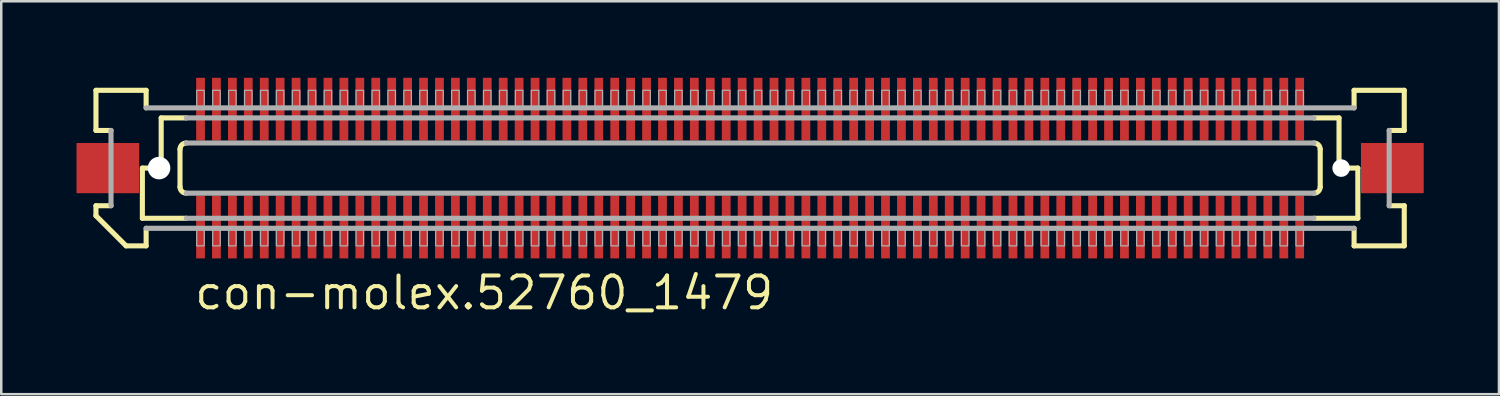
<source format=kicad_pcb>
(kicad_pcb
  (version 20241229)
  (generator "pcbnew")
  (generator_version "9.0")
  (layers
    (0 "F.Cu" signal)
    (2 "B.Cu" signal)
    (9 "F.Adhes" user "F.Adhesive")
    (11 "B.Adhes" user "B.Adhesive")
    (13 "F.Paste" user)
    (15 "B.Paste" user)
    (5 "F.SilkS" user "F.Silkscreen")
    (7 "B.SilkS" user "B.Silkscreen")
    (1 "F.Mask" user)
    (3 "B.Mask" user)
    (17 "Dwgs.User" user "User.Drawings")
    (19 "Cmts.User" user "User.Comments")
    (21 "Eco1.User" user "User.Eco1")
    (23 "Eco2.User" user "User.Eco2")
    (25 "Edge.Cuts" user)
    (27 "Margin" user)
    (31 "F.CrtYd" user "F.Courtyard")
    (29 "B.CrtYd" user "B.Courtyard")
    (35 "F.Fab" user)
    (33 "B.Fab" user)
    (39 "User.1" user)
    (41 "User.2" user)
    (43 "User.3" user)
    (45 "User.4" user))
  (footprint "con-molex.52760_1479"
    (layer "F.Cu")
    (at 26.85 3.65)
    (property "Reference" "con-molex.52760_1479" (at -22.225 5.715 0) (layer "F.SilkS") (effects (font (size 1.27 1.27) (thickness 0.16)) (justify left bottom)))
    (attr smd)
    (fp_rect (start -22.108 -1.075) (end -21.707 -3.625) (stroke (width 0.05) (type default)) (fill yes) (layer "F.Mask"))
    (fp_rect (start -22.108 3.625) (end -21.707 1.075) (stroke (width 0.05) (type default)) (fill yes) (layer "F.Mask"))
    (fp_rect (start -21.473 -1.075) (end -21.073 -3.625) (stroke (width 0.05) (type default)) (fill yes) (layer "F.Mask"))
    (fp_rect (start -21.473 3.625) (end -21.073 1.075) (stroke (width 0.05) (type default)) (fill yes) (layer "F.Mask"))
    (fp_rect (start -20.837 -1.075) (end -20.438 -3.625) (stroke (width 0.05) (type default)) (fill yes) (layer "F.Mask"))
    (fp_rect (start -20.837 3.625) (end -20.438 1.075) (stroke (width 0.05) (type default)) (fill yes) (layer "F.Mask"))
    (fp_rect (start -20.203 -1.075) (end -19.802 -3.625) (stroke (width 0.05) (type default)) (fill yes) (layer "F.Mask"))
    (fp_rect (start -20.203 3.625) (end -19.802 1.075) (stroke (width 0.05) (type default)) (fill yes) (layer "F.Mask"))
    (fp_rect (start -19.567 -1.075) (end -19.168 -3.625) (stroke (width 0.05) (type default)) (fill yes) (layer "F.Mask"))
    (fp_rect (start -19.567 3.625) (end -19.168 1.075) (stroke (width 0.05) (type default)) (fill yes) (layer "F.Mask"))
    (fp_rect (start -18.933 -1.075) (end -18.532 -3.625) (stroke (width 0.05) (type default)) (fill yes) (layer "F.Mask"))
    (fp_rect (start -18.933 3.625) (end -18.532 1.075) (stroke (width 0.05) (type default)) (fill yes) (layer "F.Mask"))
    (fp_rect (start -18.297 -1.075) (end -17.898 -3.625) (stroke (width 0.05) (type default)) (fill yes) (layer "F.Mask"))
    (fp_rect (start -18.297 3.625) (end -17.898 1.075) (stroke (width 0.05) (type default)) (fill yes) (layer "F.Mask"))
    (fp_rect (start -17.663 -1.075) (end -17.262 -3.625) (stroke (width 0.05) (type default)) (fill yes) (layer "F.Mask"))
    (fp_rect (start -17.663 3.625) (end -17.262 1.075) (stroke (width 0.05) (type default)) (fill yes) (layer "F.Mask"))
    (fp_rect (start -17.027 -1.075) (end -16.628 -3.625) (stroke (width 0.05) (type default)) (fill yes) (layer "F.Mask"))
    (fp_rect (start -17.027 3.625) (end -16.628 1.075) (stroke (width 0.05) (type default)) (fill yes) (layer "F.Mask"))
    (fp_rect (start -16.392 -1.075) (end -15.992 -3.625) (stroke (width 0.05) (type default)) (fill yes) (layer "F.Mask"))
    (fp_rect (start -16.392 3.625) (end -15.992 1.075) (stroke (width 0.05) (type default)) (fill yes) (layer "F.Mask"))
    (fp_rect (start -15.758 -1.075) (end -15.357 -3.625) (stroke (width 0.05) (type default)) (fill yes) (layer "F.Mask"))
    (fp_rect (start -15.758 3.625) (end -15.357 1.075) (stroke (width 0.05) (type default)) (fill yes) (layer "F.Mask"))
    (fp_rect (start -15.123 -1.075) (end -14.723 -3.625) (stroke (width 0.05) (type default)) (fill yes) (layer "F.Mask"))
    (fp_rect (start -15.123 3.625) (end -14.723 1.075) (stroke (width 0.05) (type default)) (fill yes) (layer "F.Mask"))
    (fp_rect (start -14.488 -1.075) (end -14.088 -3.625) (stroke (width 0.05) (type default)) (fill yes) (layer "F.Mask"))
    (fp_rect (start -14.488 3.625) (end -14.088 1.075) (stroke (width 0.05) (type default)) (fill yes) (layer "F.Mask"))
    (fp_rect (start -13.852 -1.075) (end -13.453 -3.625) (stroke (width 0.05) (type default)) (fill yes) (layer "F.Mask"))
    (fp_rect (start -13.852 3.625) (end -13.453 1.075) (stroke (width 0.05) (type default)) (fill yes) (layer "F.Mask"))
    (fp_rect (start -13.217 -1.075) (end -12.818 -3.625) (stroke (width 0.05) (type default)) (fill yes) (layer "F.Mask"))
    (fp_rect (start -13.217 3.625) (end -12.818 1.075) (stroke (width 0.05) (type default)) (fill yes) (layer "F.Mask"))
    (fp_rect (start -12.582 -1.075) (end -12.182 -3.625) (stroke (width 0.05) (type default)) (fill yes) (layer "F.Mask"))
    (fp_rect (start -12.582 3.625) (end -12.182 1.075) (stroke (width 0.05) (type default)) (fill yes) (layer "F.Mask"))
    (fp_rect (start -11.947 -1.075) (end -11.547 -3.625) (stroke (width 0.05) (type default)) (fill yes) (layer "F.Mask"))
    (fp_rect (start -11.947 3.625) (end -11.547 1.075) (stroke (width 0.05) (type default)) (fill yes) (layer "F.Mask"))
    (fp_rect (start -11.312 -1.075) (end -10.912 -3.625) (stroke (width 0.05) (type default)) (fill yes) (layer "F.Mask"))
    (fp_rect (start -11.312 3.625) (end -10.912 1.075) (stroke (width 0.05) (type default)) (fill yes) (layer "F.Mask"))
    (fp_rect (start -10.678 -1.075) (end -10.277 -3.625) (stroke (width 0.05) (type default)) (fill yes) (layer "F.Mask"))
    (fp_rect (start -10.678 3.625) (end -10.277 1.075) (stroke (width 0.05) (type default)) (fill yes) (layer "F.Mask"))
    (fp_rect (start -10.043 -1.075) (end -9.643 -3.625) (stroke (width 0.05) (type default)) (fill yes) (layer "F.Mask"))
    (fp_rect (start -10.043 3.625) (end -9.643 1.075) (stroke (width 0.05) (type default)) (fill yes) (layer "F.Mask"))
    (fp_rect (start -9.408 -1.075) (end -9.008 -3.625) (stroke (width 0.05) (type default)) (fill yes) (layer "F.Mask"))
    (fp_rect (start -9.408 3.625) (end -9.008 1.075) (stroke (width 0.05) (type default)) (fill yes) (layer "F.Mask"))
    (fp_rect (start -8.773 -1.075) (end -8.373 -3.625) (stroke (width 0.05) (type default)) (fill yes) (layer "F.Mask"))
    (fp_rect (start -8.773 3.625) (end -8.373 1.075) (stroke (width 0.05) (type default)) (fill yes) (layer "F.Mask"))
    (fp_rect (start -8.137 -1.075) (end -7.737 -3.625) (stroke (width 0.05) (type default)) (fill yes) (layer "F.Mask"))
    (fp_rect (start -8.137 3.625) (end -7.737 1.075) (stroke (width 0.05) (type default)) (fill yes) (layer "F.Mask"))
    (fp_rect (start -7.503 -1.075) (end -7.103 -3.625) (stroke (width 0.05) (type default)) (fill yes) (layer "F.Mask"))
    (fp_rect (start -7.503 3.625) (end -7.103 1.075) (stroke (width 0.05) (type default)) (fill yes) (layer "F.Mask"))
    (fp_rect (start -6.867 -1.075) (end -6.468 -3.625) (stroke (width 0.05) (type default)) (fill yes) (layer "F.Mask"))
    (fp_rect (start -6.867 3.625) (end -6.468 1.075) (stroke (width 0.05) (type default)) (fill yes) (layer "F.Mask"))
    (fp_rect (start -6.232 -1.075) (end -5.832 -3.625) (stroke (width 0.05) (type default)) (fill yes) (layer "F.Mask"))
    (fp_rect (start -6.232 3.625) (end -5.832 1.075) (stroke (width 0.05) (type default)) (fill yes) (layer "F.Mask"))
    (fp_rect (start -5.598 -1.075) (end -5.197 -3.625) (stroke (width 0.05) (type default)) (fill yes) (layer "F.Mask"))
    (fp_rect (start -5.598 3.625) (end -5.197 1.075) (stroke (width 0.05) (type default)) (fill yes) (layer "F.Mask"))
    (fp_rect (start -4.963 -1.075) (end -4.562 -3.625) (stroke (width 0.05) (type default)) (fill yes) (layer "F.Mask"))
    (fp_rect (start -4.963 3.625) (end -4.562 1.075) (stroke (width 0.05) (type default)) (fill yes) (layer "F.Mask"))
    (fp_rect (start -4.327 -1.075) (end -3.928 -3.625) (stroke (width 0.05) (type default)) (fill yes) (layer "F.Mask"))
    (fp_rect (start -4.327 3.625) (end -3.928 1.075) (stroke (width 0.05) (type default)) (fill yes) (layer "F.Mask"))
    (fp_rect (start -3.692 -1.075) (end -3.292 -3.625) (stroke (width 0.05) (type default)) (fill yes) (layer "F.Mask"))
    (fp_rect (start -3.692 3.625) (end -3.292 1.075) (stroke (width 0.05) (type default)) (fill yes) (layer "F.Mask"))
    (fp_rect (start -3.058 -1.075) (end -2.658 -3.625) (stroke (width 0.05) (type default)) (fill yes) (layer "F.Mask"))
    (fp_rect (start -3.058 3.625) (end -2.658 1.075) (stroke (width 0.05) (type default)) (fill yes) (layer "F.Mask"))
    (fp_rect (start -2.422 -1.075) (end -2.022 -3.625) (stroke (width 0.05) (type default)) (fill yes) (layer "F.Mask"))
    (fp_rect (start -2.422 3.625) (end -2.022 1.075) (stroke (width 0.05) (type default)) (fill yes) (layer "F.Mask"))
    (fp_rect (start -1.788 -1.075) (end -1.387 -3.625) (stroke (width 0.05) (type default)) (fill yes) (layer "F.Mask"))
    (fp_rect (start -1.788 3.625) (end -1.387 1.075) (stroke (width 0.05) (type default)) (fill yes) (layer "F.Mask"))
    (fp_rect (start -1.153 -1.075) (end -0.752 -3.625) (stroke (width 0.05) (type default)) (fill yes) (layer "F.Mask"))
    (fp_rect (start -1.153 3.625) (end -0.752 1.075) (stroke (width 0.05) (type default)) (fill yes) (layer "F.Mask"))
    (fp_rect (start -0.517 -1.075) (end -0.117 -3.625) (stroke (width 0.05) (type default)) (fill yes) (layer "F.Mask"))
    (fp_rect (start -0.517 3.625) (end -0.117 1.075) (stroke (width 0.05) (type default)) (fill yes) (layer "F.Mask"))
    (fp_rect (start 0.117 -1.075) (end 0.517 -3.625) (stroke (width 0.05) (type default)) (fill yes) (layer "F.Mask"))
    (fp_rect (start 0.117 3.625) (end 0.517 1.075) (stroke (width 0.05) (type default)) (fill yes) (layer "F.Mask"))
    (fp_rect (start 0.752 -1.075) (end 1.153 -3.625) (stroke (width 0.05) (type default)) (fill yes) (layer "F.Mask"))
    (fp_rect (start 0.752 3.625) (end 1.153 1.075) (stroke (width 0.05) (type default)) (fill yes) (layer "F.Mask"))
    (fp_rect (start 1.387 -1.075) (end 1.788 -3.625) (stroke (width 0.05) (type default)) (fill yes) (layer "F.Mask"))
    (fp_rect (start 1.387 3.625) (end 1.788 1.075) (stroke (width 0.05) (type default)) (fill yes) (layer "F.Mask"))
    (fp_rect (start 2.022 -1.075) (end 2.422 -3.625) (stroke (width 0.05) (type default)) (fill yes) (layer "F.Mask"))
    (fp_rect (start 2.022 3.625) (end 2.422 1.075) (stroke (width 0.05) (type default)) (fill yes) (layer "F.Mask"))
    (fp_rect (start 2.658 -1.075) (end 3.058 -3.625) (stroke (width 0.05) (type default)) (fill yes) (layer "F.Mask"))
    (fp_rect (start 2.658 3.625) (end 3.058 1.075) (stroke (width 0.05) (type default)) (fill yes) (layer "F.Mask"))
    (fp_rect (start 3.292 -1.075) (end 3.692 -3.625) (stroke (width 0.05) (type default)) (fill yes) (layer "F.Mask"))
    (fp_rect (start 3.292 3.625) (end 3.692 1.075) (stroke (width 0.05) (type default)) (fill yes) (layer "F.Mask"))
    (fp_rect (start 3.928 -1.075) (end 4.327 -3.625) (stroke (width 0.05) (type default)) (fill yes) (layer "F.Mask"))
    (fp_rect (start 3.928 3.625) (end 4.327 1.075) (stroke (width 0.05) (type default)) (fill yes) (layer "F.Mask"))
    (fp_rect (start 4.562 -1.075) (end 4.963 -3.625) (stroke (width 0.05) (type default)) (fill yes) (layer "F.Mask"))
    (fp_rect (start 4.562 3.625) (end 4.963 1.075) (stroke (width 0.05) (type default)) (fill yes) (layer "F.Mask"))
    (fp_rect (start 5.197 -1.075) (end 5.598 -3.625) (stroke (width 0.05) (type default)) (fill yes) (layer "F.Mask"))
    (fp_rect (start 5.197 3.625) (end 5.598 1.075) (stroke (width 0.05) (type default)) (fill yes) (layer "F.Mask"))
    (fp_rect (start 5.832 -1.075) (end 6.232 -3.625) (stroke (width 0.05) (type default)) (fill yes) (layer "F.Mask"))
    (fp_rect (start 5.832 3.625) (end 6.232 1.075) (stroke (width 0.05) (type default)) (fill yes) (layer "F.Mask"))
    (fp_rect (start 6.468 -1.075) (end 6.867 -3.625) (stroke (width 0.05) (type default)) (fill yes) (layer "F.Mask"))
    (fp_rect (start 6.468 3.625) (end 6.867 1.075) (stroke (width 0.05) (type default)) (fill yes) (layer "F.Mask"))
    (fp_rect (start 7.103 -1.075) (end 7.503 -3.625) (stroke (width 0.05) (type default)) (fill yes) (layer "F.Mask"))
    (fp_rect (start 7.103 3.625) (end 7.503 1.075) (stroke (width 0.05) (type default)) (fill yes) (layer "F.Mask"))
    (fp_rect (start 7.737 -1.075) (end 8.137 -3.625) (stroke (width 0.05) (type default)) (fill yes) (layer "F.Mask"))
    (fp_rect (start 7.737 3.625) (end 8.137 1.075) (stroke (width 0.05) (type default)) (fill yes) (layer "F.Mask"))
    (fp_rect (start 8.373 -1.075) (end 8.773 -3.625) (stroke (width 0.05) (type default)) (fill yes) (layer "F.Mask"))
    (fp_rect (start 8.373 3.625) (end 8.773 1.075) (stroke (width 0.05) (type default)) (fill yes) (layer "F.Mask"))
    (fp_rect (start 9.008 -1.075) (end 9.408 -3.625) (stroke (width 0.05) (type default)) (fill yes) (layer "F.Mask"))
    (fp_rect (start 9.008 3.625) (end 9.408 1.075) (stroke (width 0.05) (type default)) (fill yes) (layer "F.Mask"))
    (fp_rect (start 9.643 -1.075) (end 10.043 -3.625) (stroke (width 0.05) (type default)) (fill yes) (layer "F.Mask"))
    (fp_rect (start 9.643 3.625) (end 10.043 1.075) (stroke (width 0.05) (type default)) (fill yes) (layer "F.Mask"))
    (fp_rect (start 10.277 -1.075) (end 10.678 -3.625) (stroke (width 0.05) (type default)) (fill yes) (layer "F.Mask"))
    (fp_rect (start 10.277 3.625) (end 10.678 1.075) (stroke (width 0.05) (type default)) (fill yes) (layer "F.Mask"))
    (fp_rect (start 10.912 -1.075) (end 11.312 -3.625) (stroke (width 0.05) (type default)) (fill yes) (layer "F.Mask"))
    (fp_rect (start 10.912 3.625) (end 11.312 1.075) (stroke (width 0.05) (type default)) (fill yes) (layer "F.Mask"))
    (fp_rect (start 11.547 -1.075) (end 11.947 -3.625) (stroke (width 0.05) (type default)) (fill yes) (layer "F.Mask"))
    (fp_rect (start 11.547 3.625) (end 11.947 1.075) (stroke (width 0.05) (type default)) (fill yes) (layer "F.Mask"))
    (fp_rect (start 12.182 -1.075) (end 12.582 -3.625) (stroke (width 0.05) (type default)) (fill yes) (layer "F.Mask"))
    (fp_rect (start 12.182 3.625) (end 12.582 1.075) (stroke (width 0.05) (type default)) (fill yes) (layer "F.Mask"))
    (fp_rect (start 12.818 -1.075) (end 13.217 -3.625) (stroke (width 0.05) (type default)) (fill yes) (layer "F.Mask"))
    (fp_rect (start 12.818 3.625) (end 13.217 1.075) (stroke (width 0.05) (type default)) (fill yes) (layer "F.Mask"))
    (fp_rect (start 13.453 -1.075) (end 13.852 -3.625) (stroke (width 0.05) (type default)) (fill yes) (layer "F.Mask"))
    (fp_rect (start 13.453 3.625) (end 13.852 1.075) (stroke (width 0.05) (type default)) (fill yes) (layer "F.Mask"))
    (fp_rect (start 14.088 -1.075) (end 14.488 -3.625) (stroke (width 0.05) (type default)) (fill yes) (layer "F.Mask"))
    (fp_rect (start 14.088 3.625) (end 14.488 1.075) (stroke (width 0.05) (type default)) (fill yes) (layer "F.Mask"))
    (fp_rect (start 14.723 -1.075) (end 15.123 -3.625) (stroke (width 0.05) (type default)) (fill yes) (layer "F.Mask"))
    (fp_rect (start 14.723 3.625) (end 15.123 1.075) (stroke (width 0.05) (type default)) (fill yes) (layer "F.Mask"))
    (fp_rect (start 15.357 -1.075) (end 15.758 -3.625) (stroke (width 0.05) (type default)) (fill yes) (layer "F.Mask"))
    (fp_rect (start 15.357 3.625) (end 15.758 1.075) (stroke (width 0.05) (type default)) (fill yes) (layer "F.Mask"))
    (fp_rect (start 15.992 -1.075) (end 16.392 -3.625) (stroke (width 0.05) (type default)) (fill yes) (layer "F.Mask"))
    (fp_rect (start 15.992 3.625) (end 16.392 1.075) (stroke (width 0.05) (type default)) (fill yes) (layer "F.Mask"))
    (fp_rect (start 16.628 -1.075) (end 17.027 -3.625) (stroke (width 0.05) (type default)) (fill yes) (layer "F.Mask"))
    (fp_rect (start 16.628 3.625) (end 17.027 1.075) (stroke (width 0.05) (type default)) (fill yes) (layer "F.Mask"))
    (fp_rect (start 17.262 -1.075) (end 17.663 -3.625) (stroke (width 0.05) (type default)) (fill yes) (layer "F.Mask"))
    (fp_rect (start 17.262 3.625) (end 17.663 1.075) (stroke (width 0.05) (type default)) (fill yes) (layer "F.Mask"))
    (fp_rect (start 17.898 -1.075) (end 18.297 -3.625) (stroke (width 0.05) (type default)) (fill yes) (layer "F.Mask"))
    (fp_rect (start 17.898 3.625) (end 18.297 1.075) (stroke (width 0.05) (type default)) (fill yes) (layer "F.Mask"))
    (fp_rect (start 18.532 -1.075) (end 18.933 -3.625) (stroke (width 0.05) (type default)) (fill yes) (layer "F.Mask"))
    (fp_rect (start 18.532 3.625) (end 18.933 1.075) (stroke (width 0.05) (type default)) (fill yes) (layer "F.Mask"))
    (fp_rect (start 19.168 -1.075) (end 19.567 -3.625) (stroke (width 0.05) (type default)) (fill yes) (layer "F.Mask"))
    (fp_rect (start 19.168 3.625) (end 19.567 1.075) (stroke (width 0.05) (type default)) (fill yes) (layer "F.Mask"))
    (fp_rect (start 19.802 -1.075) (end 20.203 -3.625) (stroke (width 0.05) (type default)) (fill yes) (layer "F.Mask"))
    (fp_rect (start 19.802 3.625) (end 20.203 1.075) (stroke (width 0.05) (type default)) (fill yes) (layer "F.Mask"))
    (fp_rect (start 20.438 -1.075) (end 20.837 -3.625) (stroke (width 0.05) (type default)) (fill yes) (layer "F.Mask"))
    (fp_rect (start 20.438 3.625) (end 20.837 1.075) (stroke (width 0.05) (type default)) (fill yes) (layer "F.Mask"))
    (fp_rect (start 21.073 -1.075) (end 21.473 -3.625) (stroke (width 0.05) (type default)) (fill yes) (layer "F.Mask"))
    (fp_rect (start 21.073 3.625) (end 21.473 1.075) (stroke (width 0.05) (type default)) (fill yes) (layer "F.Mask"))
    (fp_rect (start 21.707 -1.075) (end 22.108 -3.625) (stroke (width 0.05) (type default)) (fill yes) (layer "F.Mask"))
    (fp_rect (start 21.707 3.625) (end 22.108 1.075) (stroke (width 0.05) (type default)) (fill yes) (layer "F.Mask"))
    (fp_line (start -26.075 -3.1) (end -24.075 -3.1) (stroke (width 0.203) (type default)) (layer "F.SilkS"))
    (fp_line (start -26.075 -1.5) (end -26.075 -3.1) (stroke (width 0.203) (type default)) (layer "F.SilkS"))
    (fp_line (start -26.075 1.5) (end -25.475 1.5) (stroke (width 0.203) (type default)) (layer "F.SilkS"))
    (fp_line (start -26.075 1.9) (end -26.075 1.5) (stroke (width 0.203) (type default)) (layer "F.SilkS"))
    (fp_line (start -25.475 -1.5) (end -26.075 -1.5) (stroke (width 0.203) (type default)) (layer "F.SilkS"))
    (fp_line (start -24.875 3.1) (end -26.075 1.9) (stroke (width 0.203) (type default)) (layer "F.SilkS"))
    (fp_line (start -24.225 0) (end -24.225 2) (stroke (width 0.203) (type default)) (layer "F.SilkS"))
    (fp_line (start -24.225 2) (end -22.475 2) (stroke (width 0.203) (type default)) (layer "F.SilkS"))
    (fp_line (start -24.075 -3.1) (end -24.075 -2.4) (stroke (width 0.203) (type default)) (layer "F.SilkS"))
    (fp_line (start -24.075 2.4) (end -24.075 3.1) (stroke (width 0.203) (type default)) (layer "F.SilkS"))
    (fp_line (start -24.075 3.1) (end -24.875 3.1) (stroke (width 0.203) (type default)) (layer "F.SilkS"))
    (fp_line (start -23.475 -2) (end -23.475 0) (stroke (width 0.203) (type default)) (layer "F.SilkS"))
    (fp_line (start -23.475 0) (end -24.225 0) (stroke (width 0.203) (type default)) (layer "F.SilkS"))
    (fp_line (start -22.725 0.75) (end -22.725 -0.75) (stroke (width 0.203) (type default)) (layer "F.SilkS"))
    (fp_line (start -22.475 -2) (end -23.475 -2) (stroke (width 0.203) (type default)) (layer "F.SilkS"))
    (fp_line (start 22.475 2) (end 24.225 2) (stroke (width 0.203) (type default)) (layer "F.SilkS"))
    (fp_line (start 22.725 -0.75) (end 22.725 0.75) (stroke (width 0.203) (type default)) (layer "F.SilkS"))
    (fp_line (start 23.475 -2) (end 22.475 -2) (stroke (width 0.203) (type default)) (layer "F.SilkS"))
    (fp_line (start 23.475 -2) (end 23.475 0) (stroke (width 0.203) (type default)) (layer "F.SilkS"))
    (fp_line (start 24.075 -3.1) (end 26.075 -3.1) (stroke (width 0.203) (type default)) (layer "F.SilkS"))
    (fp_line (start 24.075 -2.4) (end 24.075 -3.1) (stroke (width 0.203) (type default)) (layer "F.SilkS"))
    (fp_line (start 24.075 3.1) (end 24.075 2.4) (stroke (width 0.203) (type default)) (layer "F.SilkS"))
    (fp_line (start 24.225 0) (end 23.475 0) (stroke (width 0.203) (type default)) (layer "F.SilkS"))
    (fp_line (start 24.225 0) (end 24.225 2) (stroke (width 0.203) (type default)) (layer "F.SilkS"))
    (fp_line (start 25.475 1.5) (end 26.075 1.5) (stroke (width 0.203) (type default)) (layer "F.SilkS"))
    (fp_line (start 26.075 -3.1) (end 26.075 -1.5) (stroke (width 0.203) (type default)) (layer "F.SilkS"))
    (fp_line (start 26.075 -1.5) (end 25.475 -1.5) (stroke (width 0.203) (type default)) (layer "F.SilkS"))
    (fp_line (start 26.075 1.5) (end 26.075 3.1) (stroke (width 0.203) (type default)) (layer "F.SilkS"))
    (fp_line (start 26.075 3.1) (end 24.075 3.1) (stroke (width 0.203) (type default)) (layer "F.SilkS"))
    (fp_arc (start -22.725 -0.75) (mid -22.651777 -0.926777) (end -22.475 -1) (stroke (width 0.2032) (type default)) (layer "F.SilkS"))
    (fp_arc (start -22.475 1) (mid -22.651777 0.926777) (end -22.725 0.75) (stroke (width 0.2032) (type default)) (layer "F.SilkS"))
    (fp_arc (start 22.475 -1) (mid 22.651777 -0.926777) (end 22.725 -0.75) (stroke (width 0.2032) (type default)) (layer "F.SilkS"))
    (fp_arc (start 22.725 0.75) (mid 22.651777 0.926777) (end 22.475 1) (stroke (width 0.2032) (type default)) (layer "F.SilkS"))
    (fp_line (start -25.475 1.5) (end -25.475 -1.5) (stroke (width 0.203) (type default)) (layer "F.Fab"))
    (fp_line (start -24.075 -2.4) (end 24.075 -2.4) (stroke (width 0.203) (type default)) (layer "F.Fab"))
    (fp_line (start -22.475 -1) (end 22.475 -1) (stroke (width 0.203) (type default)) (layer "F.Fab"))
    (fp_line (start -22.475 2) (end 22.475 2) (stroke (width 0.203) (type default)) (layer "F.Fab"))
    (fp_line (start 22.475 -2) (end -22.475 -2) (stroke (width 0.203) (type default)) (layer "F.Fab"))
    (fp_line (start 22.475 1) (end -22.475 1) (stroke (width 0.203) (type default)) (layer "F.Fab"))
    (fp_line (start 24.075 2.4) (end -24.075 2.4) (stroke (width 0.203) (type default)) (layer "F.Fab"))
    (fp_line (start 25.475 -1.5) (end 25.475 1.5) (stroke (width 0.203) (type default)) (layer "F.Fab"))
    (fp_rect (start -22.058 -2.375) (end -21.758 -3.1) (stroke (width 0.05) (type default)) (fill no) (layer "F.Fab"))
    (fp_rect (start -22.058 3.1) (end -21.758 2.375) (stroke (width 0.05) (type default)) (fill no) (layer "F.Fab"))
    (fp_rect (start -21.422 -2.375) (end -21.122 -3.1) (stroke (width 0.05) (type default)) (fill no) (layer "F.Fab"))
    (fp_rect (start -21.422 3.1) (end -21.122 2.375) (stroke (width 0.05) (type default)) (fill no) (layer "F.Fab"))
    (fp_rect (start -20.788 -2.375) (end -20.488 -3.1) (stroke (width 0.05) (type default)) (fill no) (layer "F.Fab"))
    (fp_rect (start -20.788 3.1) (end -20.488 2.375) (stroke (width 0.05) (type default)) (fill no) (layer "F.Fab"))
    (fp_rect (start -20.152 -2.375) (end -19.852 -3.1) (stroke (width 0.05) (type default)) (fill no) (layer "F.Fab"))
    (fp_rect (start -20.152 3.1) (end -19.852 2.375) (stroke (width 0.05) (type default)) (fill no) (layer "F.Fab"))
    (fp_rect (start -19.517 -2.375) (end -19.218 -3.1) (stroke (width 0.05) (type default)) (fill no) (layer "F.Fab"))
    (fp_rect (start -19.517 3.1) (end -19.218 2.375) (stroke (width 0.05) (type default)) (fill no) (layer "F.Fab"))
    (fp_rect (start -18.883 -2.375) (end -18.582 -3.1) (stroke (width 0.05) (type default)) (fill no) (layer "F.Fab"))
    (fp_rect (start -18.883 3.1) (end -18.582 2.375) (stroke (width 0.05) (type default)) (fill no) (layer "F.Fab"))
    (fp_rect (start -18.247 -2.375) (end -17.948 -3.1) (stroke (width 0.05) (type default)) (fill no) (layer "F.Fab"))
    (fp_rect (start -18.247 3.1) (end -17.948 2.375) (stroke (width 0.05) (type default)) (fill no) (layer "F.Fab"))
    (fp_rect (start -17.613 -2.375) (end -17.312 -3.1) (stroke (width 0.05) (type default)) (fill no) (layer "F.Fab"))
    (fp_rect (start -17.613 3.1) (end -17.312 2.375) (stroke (width 0.05) (type default)) (fill no) (layer "F.Fab"))
    (fp_rect (start -16.977 -2.375) (end -16.677 -3.1) (stroke (width 0.05) (type default)) (fill no) (layer "F.Fab"))
    (fp_rect (start -16.977 3.1) (end -16.677 2.375) (stroke (width 0.05) (type default)) (fill no) (layer "F.Fab"))
    (fp_rect (start -16.343 -2.375) (end -16.043 -3.1) (stroke (width 0.05) (type default)) (fill no) (layer "F.Fab"))
    (fp_rect (start -16.343 3.1) (end -16.043 2.375) (stroke (width 0.05) (type default)) (fill no) (layer "F.Fab"))
    (fp_rect (start -15.707 -2.375) (end -15.408 -3.1) (stroke (width 0.05) (type default)) (fill no) (layer "F.Fab"))
    (fp_rect (start -15.707 3.1) (end -15.408 2.375) (stroke (width 0.05) (type default)) (fill no) (layer "F.Fab"))
    (fp_rect (start -15.072 -2.375) (end -14.773 -3.1) (stroke (width 0.05) (type default)) (fill no) (layer "F.Fab"))
    (fp_rect (start -15.072 3.1) (end -14.773 2.375) (stroke (width 0.05) (type default)) (fill no) (layer "F.Fab"))
    (fp_rect (start -14.438 -2.375) (end -14.137 -3.1) (stroke (width 0.05) (type default)) (fill no) (layer "F.Fab"))
    (fp_rect (start -14.438 3.1) (end -14.137 2.375) (stroke (width 0.05) (type default)) (fill no) (layer "F.Fab"))
    (fp_rect (start -13.803 -2.375) (end -13.502 -3.1) (stroke (width 0.05) (type default)) (fill no) (layer "F.Fab"))
    (fp_rect (start -13.803 3.1) (end -13.502 2.375) (stroke (width 0.05) (type default)) (fill no) (layer "F.Fab"))
    (fp_rect (start -13.168 -2.375) (end -12.867 -3.1) (stroke (width 0.05) (type default)) (fill no) (layer "F.Fab"))
    (fp_rect (start -13.168 3.1) (end -12.867 2.375) (stroke (width 0.05) (type default)) (fill no) (layer "F.Fab"))
    (fp_rect (start -12.533 -2.375) (end -12.232 -3.1) (stroke (width 0.05) (type default)) (fill no) (layer "F.Fab"))
    (fp_rect (start -12.533 3.1) (end -12.232 2.375) (stroke (width 0.05) (type default)) (fill no) (layer "F.Fab"))
    (fp_rect (start -11.898 -2.375) (end -11.598 -3.1) (stroke (width 0.05) (type default)) (fill no) (layer "F.Fab"))
    (fp_rect (start -11.898 3.1) (end -11.598 2.375) (stroke (width 0.05) (type default)) (fill no) (layer "F.Fab"))
    (fp_rect (start -11.262 -2.375) (end -10.963 -3.1) (stroke (width 0.05) (type default)) (fill no) (layer "F.Fab"))
    (fp_rect (start -11.262 3.1) (end -10.963 2.375) (stroke (width 0.05) (type default)) (fill no) (layer "F.Fab"))
    (fp_rect (start -10.627 -2.375) (end -10.328 -3.1) (stroke (width 0.05) (type default)) (fill no) (layer "F.Fab"))
    (fp_rect (start -10.627 3.1) (end -10.328 2.375) (stroke (width 0.05) (type default)) (fill no) (layer "F.Fab"))
    (fp_rect (start -9.992 -2.375) (end -9.693 -3.1) (stroke (width 0.05) (type default)) (fill no) (layer "F.Fab"))
    (fp_rect (start -9.992 3.1) (end -9.693 2.375) (stroke (width 0.05) (type default)) (fill no) (layer "F.Fab"))
    (fp_rect (start -9.357 -2.375) (end -9.057 -3.1) (stroke (width 0.05) (type default)) (fill no) (layer "F.Fab"))
    (fp_rect (start -9.357 3.1) (end -9.057 2.375) (stroke (width 0.05) (type default)) (fill no) (layer "F.Fab"))
    (fp_rect (start -8.723 -2.375) (end -8.422 -3.1) (stroke (width 0.05) (type default)) (fill no) (layer "F.Fab"))
    (fp_rect (start -8.723 3.1) (end -8.422 2.375) (stroke (width 0.05) (type default)) (fill no) (layer "F.Fab"))
    (fp_rect (start -8.088 -2.375) (end -7.787 -3.1) (stroke (width 0.05) (type default)) (fill no) (layer "F.Fab"))
    (fp_rect (start -8.088 3.1) (end -7.787 2.375) (stroke (width 0.05) (type default)) (fill no) (layer "F.Fab"))
    (fp_rect (start -7.452 -2.375) (end -7.152 -3.1) (stroke (width 0.05) (type default)) (fill no) (layer "F.Fab"))
    (fp_rect (start -7.452 3.1) (end -7.152 2.375) (stroke (width 0.05) (type default)) (fill no) (layer "F.Fab"))
    (fp_rect (start -6.817 -2.375) (end -6.518 -3.1) (stroke (width 0.05) (type default)) (fill no) (layer "F.Fab"))
    (fp_rect (start -6.817 3.1) (end -6.518 2.375) (stroke (width 0.05) (type default)) (fill no) (layer "F.Fab"))
    (fp_rect (start -6.183 -2.375) (end -5.883 -3.1) (stroke (width 0.05) (type default)) (fill no) (layer "F.Fab"))
    (fp_rect (start -6.183 3.1) (end -5.883 2.375) (stroke (width 0.05) (type default)) (fill no) (layer "F.Fab"))
    (fp_rect (start -5.548 -2.375) (end -5.247 -3.1) (stroke (width 0.05) (type default)) (fill no) (layer "F.Fab"))
    (fp_rect (start -5.548 3.1) (end -5.247 2.375) (stroke (width 0.05) (type default)) (fill no) (layer "F.Fab"))
    (fp_rect (start -4.912 -2.375) (end -4.612 -3.1) (stroke (width 0.05) (type default)) (fill no) (layer "F.Fab"))
    (fp_rect (start -4.912 3.1) (end -4.612 2.375) (stroke (width 0.05) (type default)) (fill no) (layer "F.Fab"))
    (fp_rect (start -4.277 -2.375) (end -3.978 -3.1) (stroke (width 0.05) (type default)) (fill no) (layer "F.Fab"))
    (fp_rect (start -4.277 3.1) (end -3.978 2.375) (stroke (width 0.05) (type default)) (fill no) (layer "F.Fab"))
    (fp_rect (start -3.643 -2.375) (end -3.342 -3.1) (stroke (width 0.05) (type default)) (fill no) (layer "F.Fab"))
    (fp_rect (start -3.643 3.1) (end -3.342 2.375) (stroke (width 0.05) (type default)) (fill no) (layer "F.Fab"))
    (fp_rect (start -3.007 -2.375) (end -2.708 -3.1) (stroke (width 0.05) (type default)) (fill no) (layer "F.Fab"))
    (fp_rect (start -3.007 3.1) (end -2.708 2.375) (stroke (width 0.05) (type default)) (fill no) (layer "F.Fab"))
    (fp_rect (start -2.373 -2.375) (end -2.072 -3.1) (stroke (width 0.05) (type default)) (fill no) (layer "F.Fab"))
    (fp_rect (start -2.373 3.1) (end -2.072 2.375) (stroke (width 0.05) (type default)) (fill no) (layer "F.Fab"))
    (fp_rect (start -1.738 -2.375) (end -1.438 -3.1) (stroke (width 0.05) (type default)) (fill no) (layer "F.Fab"))
    (fp_rect (start -1.738 3.1) (end -1.438 2.375) (stroke (width 0.05) (type default)) (fill no) (layer "F.Fab"))
    (fp_rect (start -1.103 -2.375) (end -0.802 -3.1) (stroke (width 0.05) (type default)) (fill no) (layer "F.Fab"))
    (fp_rect (start -1.103 3.1) (end -0.802 2.375) (stroke (width 0.05) (type default)) (fill no) (layer "F.Fab"))
    (fp_rect (start -0.468 -2.375) (end -0.168 -3.1) (stroke (width 0.05) (type default)) (fill no) (layer "F.Fab"))
    (fp_rect (start -0.468 3.1) (end -0.168 2.375) (stroke (width 0.05) (type default)) (fill no) (layer "F.Fab"))
    (fp_rect (start 0.168 -2.375) (end 0.468 -3.1) (stroke (width 0.05) (type default)) (fill no) (layer "F.Fab"))
    (fp_rect (start 0.168 3.1) (end 0.468 2.375) (stroke (width 0.05) (type default)) (fill no) (layer "F.Fab"))
    (fp_rect (start 0.802 -2.375) (end 1.103 -3.1) (stroke (width 0.05) (type default)) (fill no) (layer "F.Fab"))
    (fp_rect (start 0.802 3.1) (end 1.103 2.375) (stroke (width 0.05) (type default)) (fill no) (layer "F.Fab"))
    (fp_rect (start 1.438 -2.375) (end 1.738 -3.1) (stroke (width 0.05) (type default)) (fill no) (layer "F.Fab"))
    (fp_rect (start 1.438 3.1) (end 1.738 2.375) (stroke (width 0.05) (type default)) (fill no) (layer "F.Fab"))
    (fp_rect (start 2.072 -2.375) (end 2.373 -3.1) (stroke (width 0.05) (type default)) (fill no) (layer "F.Fab"))
    (fp_rect (start 2.072 3.1) (end 2.373 2.375) (stroke (width 0.05) (type default)) (fill no) (layer "F.Fab"))
    (fp_rect (start 2.708 -2.375) (end 3.007 -3.1) (stroke (width 0.05) (type default)) (fill no) (layer "F.Fab"))
    (fp_rect (start 2.708 3.1) (end 3.007 2.375) (stroke (width 0.05) (type default)) (fill no) (layer "F.Fab"))
    (fp_rect (start 3.342 -2.375) (end 3.643 -3.1) (stroke (width 0.05) (type default)) (fill no) (layer "F.Fab"))
    (fp_rect (start 3.342 3.1) (end 3.643 2.375) (stroke (width 0.05) (type default)) (fill no) (layer "F.Fab"))
    (fp_rect (start 3.978 -2.375) (end 4.277 -3.1) (stroke (width 0.05) (type default)) (fill no) (layer "F.Fab"))
    (fp_rect (start 3.978 3.1) (end 4.277 2.375) (stroke (width 0.05) (type default)) (fill no) (layer "F.Fab"))
    (fp_rect (start 4.612 -2.375) (end 4.912 -3.1) (stroke (width 0.05) (type default)) (fill no) (layer "F.Fab"))
    (fp_rect (start 4.612 3.1) (end 4.912 2.375) (stroke (width 0.05) (type default)) (fill no) (layer "F.Fab"))
    (fp_rect (start 5.247 -2.375) (end 5.548 -3.1) (stroke (width 0.05) (type default)) (fill no) (layer "F.Fab"))
    (fp_rect (start 5.247 3.1) (end 5.548 2.375) (stroke (width 0.05) (type default)) (fill no) (layer "F.Fab"))
    (fp_rect (start 5.883 -2.375) (end 6.183 -3.1) (stroke (width 0.05) (type default)) (fill no) (layer "F.Fab"))
    (fp_rect (start 5.883 3.1) (end 6.183 2.375) (stroke (width 0.05) (type default)) (fill no) (layer "F.Fab"))
    (fp_rect (start 6.518 -2.375) (end 6.817 -3.1) (stroke (width 0.05) (type default)) (fill no) (layer "F.Fab"))
    (fp_rect (start 6.518 3.1) (end 6.817 2.375) (stroke (width 0.05) (type default)) (fill no) (layer "F.Fab"))
    (fp_rect (start 7.152 -2.375) (end 7.452 -3.1) (stroke (width 0.05) (type default)) (fill no) (layer "F.Fab"))
    (fp_rect (start 7.152 3.1) (end 7.452 2.375) (stroke (width 0.05) (type default)) (fill no) (layer "F.Fab"))
    (fp_rect (start 7.787 -2.375) (end 8.088 -3.1) (stroke (width 0.05) (type default)) (fill no) (layer "F.Fab"))
    (fp_rect (start 7.787 3.1) (end 8.088 2.375) (stroke (width 0.05) (type default)) (fill no) (layer "F.Fab"))
    (fp_rect (start 8.422 -2.375) (end 8.723 -3.1) (stroke (width 0.05) (type default)) (fill no) (layer "F.Fab"))
    (fp_rect (start 8.422 3.1) (end 8.723 2.375) (stroke (width 0.05) (type default)) (fill no) (layer "F.Fab"))
    (fp_rect (start 9.057 -2.375) (end 9.357 -3.1) (stroke (width 0.05) (type default)) (fill no) (layer "F.Fab"))
    (fp_rect (start 9.057 3.1) (end 9.357 2.375) (stroke (width 0.05) (type default)) (fill no) (layer "F.Fab"))
    (fp_rect (start 9.693 -2.375) (end 9.992 -3.1) (stroke (width 0.05) (type default)) (fill no) (layer "F.Fab"))
    (fp_rect (start 9.693 3.1) (end 9.992 2.375) (stroke (width 0.05) (type default)) (fill no) (layer "F.Fab"))
    (fp_rect (start 10.328 -2.375) (end 10.627 -3.1) (stroke (width 0.05) (type default)) (fill no) (layer "F.Fab"))
    (fp_rect (start 10.328 3.1) (end 10.627 2.375) (stroke (width 0.05) (type default)) (fill no) (layer "F.Fab"))
    (fp_rect (start 10.963 -2.375) (end 11.262 -3.1) (stroke (width 0.05) (type default)) (fill no) (layer "F.Fab"))
    (fp_rect (start 10.963 3.1) (end 11.262 2.375) (stroke (width 0.05) (type default)) (fill no) (layer "F.Fab"))
    (fp_rect (start 11.598 -2.375) (end 11.898 -3.1) (stroke (width 0.05) (type default)) (fill no) (layer "F.Fab"))
    (fp_rect (start 11.598 3.1) (end 11.898 2.375) (stroke (width 0.05) (type default)) (fill no) (layer "F.Fab"))
    (fp_rect (start 12.232 -2.375) (end 12.533 -3.1) (stroke (width 0.05) (type default)) (fill no) (layer "F.Fab"))
    (fp_rect (start 12.232 3.1) (end 12.533 2.375) (stroke (width 0.05) (type default)) (fill no) (layer "F.Fab"))
    (fp_rect (start 12.867 -2.375) (end 13.168 -3.1) (stroke (width 0.05) (type default)) (fill no) (layer "F.Fab"))
    (fp_rect (start 12.867 3.1) (end 13.168 2.375) (stroke (width 0.05) (type default)) (fill no) (layer "F.Fab"))
    (fp_rect (start 13.502 -2.375) (end 13.803 -3.1) (stroke (width 0.05) (type default)) (fill no) (layer "F.Fab"))
    (fp_rect (start 13.502 3.1) (end 13.803 2.375) (stroke (width 0.05) (type default)) (fill no) (layer "F.Fab"))
    (fp_rect (start 14.137 -2.375) (end 14.438 -3.1) (stroke (width 0.05) (type default)) (fill no) (layer "F.Fab"))
    (fp_rect (start 14.137 3.1) (end 14.438 2.375) (stroke (width 0.05) (type default)) (fill no) (layer "F.Fab"))
    (fp_rect (start 14.773 -2.375) (end 15.072 -3.1) (stroke (width 0.05) (type default)) (fill no) (layer "F.Fab"))
    (fp_rect (start 14.773 3.1) (end 15.072 2.375) (stroke (width 0.05) (type default)) (fill no) (layer "F.Fab"))
    (fp_rect (start 15.408 -2.375) (end 15.707 -3.1) (stroke (width 0.05) (type default)) (fill no) (layer "F.Fab"))
    (fp_rect (start 15.408 3.1) (end 15.707 2.375) (stroke (width 0.05) (type default)) (fill no) (layer "F.Fab"))
    (fp_rect (start 16.043 -2.375) (end 16.343 -3.1) (stroke (width 0.05) (type default)) (fill no) (layer "F.Fab"))
    (fp_rect (start 16.043 3.1) (end 16.343 2.375) (stroke (width 0.05) (type default)) (fill no) (layer "F.Fab"))
    (fp_rect (start 16.677 -2.375) (end 16.977 -3.1) (stroke (width 0.05) (type default)) (fill no) (layer "F.Fab"))
    (fp_rect (start 16.677 3.1) (end 16.977 2.375) (stroke (width 0.05) (type default)) (fill no) (layer "F.Fab"))
    (fp_rect (start 17.312 -2.375) (end 17.613 -3.1) (stroke (width 0.05) (type default)) (fill no) (layer "F.Fab"))
    (fp_rect (start 17.312 3.1) (end 17.613 2.375) (stroke (width 0.05) (type default)) (fill no) (layer "F.Fab"))
    (fp_rect (start 17.948 -2.375) (end 18.247 -3.1) (stroke (width 0.05) (type default)) (fill no) (layer "F.Fab"))
    (fp_rect (start 17.948 3.1) (end 18.247 2.375) (stroke (width 0.05) (type default)) (fill no) (layer "F.Fab"))
    (fp_rect (start 18.582 -2.375) (end 18.883 -3.1) (stroke (width 0.05) (type default)) (fill no) (layer "F.Fab"))
    (fp_rect (start 18.582 3.1) (end 18.883 2.375) (stroke (width 0.05) (type default)) (fill no) (layer "F.Fab"))
    (fp_rect (start 19.218 -2.375) (end 19.517 -3.1) (stroke (width 0.05) (type default)) (fill no) (layer "F.Fab"))
    (fp_rect (start 19.218 3.1) (end 19.517 2.375) (stroke (width 0.05) (type default)) (fill no) (layer "F.Fab"))
    (fp_rect (start 19.852 -2.375) (end 20.152 -3.1) (stroke (width 0.05) (type default)) (fill no) (layer "F.Fab"))
    (fp_rect (start 19.852 3.1) (end 20.152 2.375) (stroke (width 0.05) (type default)) (fill no) (layer "F.Fab"))
    (fp_rect (start 20.488 -2.375) (end 20.788 -3.1) (stroke (width 0.05) (type default)) (fill no) (layer "F.Fab"))
    (fp_rect (start 20.488 3.1) (end 20.788 2.375) (stroke (width 0.05) (type default)) (fill no) (layer "F.Fab"))
    (fp_rect (start 21.122 -2.375) (end 21.422 -3.1) (stroke (width 0.05) (type default)) (fill no) (layer "F.Fab"))
    (fp_rect (start 21.122 3.1) (end 21.422 2.375) (stroke (width 0.05) (type default)) (fill no) (layer "F.Fab"))
    (fp_rect (start 21.758 -2.375) (end 22.058 -3.1) (stroke (width 0.05) (type default)) (fill no) (layer "F.Fab"))
    (fp_rect (start 21.758 3.1) (end 22.058 2.375) (stroke (width 0.05) (type default)) (fill no) (layer "F.Fab"))
    (pad "" np_thru_hole circle (at -23.56 0) (size 0.9 0.9) (drill 0.9) (layers "*.Cu" "*.Mask"))
    (pad "" np_thru_hole circle (at 23.56 0) (size 0.7 0.7) (drill 0.7) (layers "*.Cu" "*.Mask"))
    (pad "1" smd roundrect (at -21.907 2.35) (size 0.35 2.5) (layers "F.Cu" "F.Mask" "F.Paste") (roundrect_rratio 0.01))
    (pad "2" smd roundrect (at -21.907 -2.35 180) (size 0.35 2.5) (layers "F.Cu" "F.Mask" "F.Paste") (roundrect_rratio 0.01))
    (pad "3" smd roundrect (at -21.273 2.35) (size 0.35 2.5) (layers "F.Cu" "F.Mask" "F.Paste") (roundrect_rratio 0.01))
    (pad "4" smd roundrect (at -21.273 -2.35 180) (size 0.35 2.5) (layers "F.Cu" "F.Mask" "F.Paste") (roundrect_rratio 0.01))
    (pad "5" smd roundrect (at -20.637 2.35) (size 0.35 2.5) (layers "F.Cu" "F.Mask" "F.Paste") (roundrect_rratio 0.01))
    (pad "6" smd roundrect (at -20.637 -2.35 180) (size 0.35 2.5) (layers "F.Cu" "F.Mask" "F.Paste") (roundrect_rratio 0.01))
    (pad "7" smd roundrect (at -20.003 2.35) (size 0.35 2.5) (layers "F.Cu" "F.Mask" "F.Paste") (roundrect_rratio 0.01))
    (pad "8" smd roundrect (at -20.003 -2.35 180) (size 0.35 2.5) (layers "F.Cu" "F.Mask" "F.Paste") (roundrect_rratio 0.01))
    (pad "9" smd roundrect (at -19.367 2.35) (size 0.35 2.5) (layers "F.Cu" "F.Mask" "F.Paste") (roundrect_rratio 0.01))
    (pad "10" smd roundrect (at -19.367 -2.35 180) (size 0.35 2.5) (layers "F.Cu" "F.Mask" "F.Paste") (roundrect_rratio 0.01))
    (pad "11" smd roundrect (at -18.733 2.35) (size 0.35 2.5) (layers "F.Cu" "F.Mask" "F.Paste") (roundrect_rratio 0.01))
    (pad "12" smd roundrect (at -18.733 -2.35 180) (size 0.35 2.5) (layers "F.Cu" "F.Mask" "F.Paste") (roundrect_rratio 0.01))
    (pad "13" smd roundrect (at -18.098 2.35) (size 0.35 2.5) (layers "F.Cu" "F.Mask" "F.Paste") (roundrect_rratio 0.01))
    (pad "14" smd roundrect (at -18.098 -2.35 180) (size 0.35 2.5) (layers "F.Cu" "F.Mask" "F.Paste") (roundrect_rratio 0.01))
    (pad "15" smd roundrect (at -17.462 2.35) (size 0.35 2.5) (layers "F.Cu" "F.Mask" "F.Paste") (roundrect_rratio 0.01))
    (pad "16" smd roundrect (at -17.462 -2.35 180) (size 0.35 2.5) (layers "F.Cu" "F.Mask" "F.Paste") (roundrect_rratio 0.01))
    (pad "17" smd roundrect (at -16.828 2.35) (size 0.35 2.5) (layers "F.Cu" "F.Mask" "F.Paste") (roundrect_rratio 0.01))
    (pad "18" smd roundrect (at -16.828 -2.35 180) (size 0.35 2.5) (layers "F.Cu" "F.Mask" "F.Paste") (roundrect_rratio 0.01))
    (pad "19" smd roundrect (at -16.192 2.35) (size 0.35 2.5) (layers "F.Cu" "F.Mask" "F.Paste") (roundrect_rratio 0.01))
    (pad "20" smd roundrect (at -16.192 -2.35 180) (size 0.35 2.5) (layers "F.Cu" "F.Mask" "F.Paste") (roundrect_rratio 0.01))
    (pad "21" smd roundrect (at -15.557 2.35) (size 0.35 2.5) (layers "F.Cu" "F.Mask" "F.Paste") (roundrect_rratio 0.01))
    (pad "22" smd roundrect (at -15.557 -2.35 180) (size 0.35 2.5) (layers "F.Cu" "F.Mask" "F.Paste") (roundrect_rratio 0.01))
    (pad "23" smd roundrect (at -14.922 2.35) (size 0.35 2.5) (layers "F.Cu" "F.Mask" "F.Paste") (roundrect_rratio 0.01))
    (pad "24" smd roundrect (at -14.922 -2.35 180) (size 0.35 2.5) (layers "F.Cu" "F.Mask" "F.Paste") (roundrect_rratio 0.01))
    (pad "25" smd roundrect (at -14.287 2.35) (size 0.35 2.5) (layers "F.Cu" "F.Mask" "F.Paste") (roundrect_rratio 0.01))
    (pad "26" smd roundrect (at -14.287 -2.35 180) (size 0.35 2.5) (layers "F.Cu" "F.Mask" "F.Paste") (roundrect_rratio 0.01))
    (pad "27" smd roundrect (at -13.652 2.35) (size 0.35 2.5) (layers "F.Cu" "F.Mask" "F.Paste") (roundrect_rratio 0.01))
    (pad "28" smd roundrect (at -13.652 -2.35 180) (size 0.35 2.5) (layers "F.Cu" "F.Mask" "F.Paste") (roundrect_rratio 0.01))
    (pad "29" smd roundrect (at -13.018 2.35) (size 0.35 2.5) (layers "F.Cu" "F.Mask" "F.Paste") (roundrect_rratio 0.01))
    (pad "30" smd roundrect (at -13.018 -2.35 180) (size 0.35 2.5) (layers "F.Cu" "F.Mask" "F.Paste") (roundrect_rratio 0.01))
    (pad "31" smd roundrect (at -12.383 2.35) (size 0.35 2.5) (layers "F.Cu" "F.Mask" "F.Paste") (roundrect_rratio 0.01))
    (pad "32" smd roundrect (at -12.383 -2.35 180) (size 0.35 2.5) (layers "F.Cu" "F.Mask" "F.Paste") (roundrect_rratio 0.01))
    (pad "33" smd roundrect (at -11.748 2.35) (size 0.35 2.5) (layers "F.Cu" "F.Mask" "F.Paste") (roundrect_rratio 0.01))
    (pad "34" smd roundrect (at -11.748 -2.35 180) (size 0.35 2.5) (layers "F.Cu" "F.Mask" "F.Paste") (roundrect_rratio 0.01))
    (pad "35" smd roundrect (at -11.113 2.35) (size 0.35 2.5) (layers "F.Cu" "F.Mask" "F.Paste") (roundrect_rratio 0.01))
    (pad "36" smd roundrect (at -11.113 -2.35 180) (size 0.35 2.5) (layers "F.Cu" "F.Mask" "F.Paste") (roundrect_rratio 0.01))
    (pad "37" smd roundrect (at -10.477 2.35) (size 0.35 2.5) (layers "F.Cu" "F.Mask" "F.Paste") (roundrect_rratio 0.01))
    (pad "38" smd roundrect (at -10.477 -2.35 180) (size 0.35 2.5) (layers "F.Cu" "F.Mask" "F.Paste") (roundrect_rratio 0.01))
    (pad "39" smd roundrect (at -9.842 2.35) (size 0.35 2.5) (layers "F.Cu" "F.Mask" "F.Paste") (roundrect_rratio 0.01))
    (pad "40" smd roundrect (at -9.842 -2.35 180) (size 0.35 2.5) (layers "F.Cu" "F.Mask" "F.Paste") (roundrect_rratio 0.01))
    (pad "41" smd roundrect (at -9.207 2.35) (size 0.35 2.5) (layers "F.Cu" "F.Mask" "F.Paste") (roundrect_rratio 0.01))
    (pad "42" smd roundrect (at -9.207 -2.35 180) (size 0.35 2.5) (layers "F.Cu" "F.Mask" "F.Paste") (roundrect_rratio 0.01))
    (pad "43" smd roundrect (at -8.572 2.35) (size 0.35 2.5) (layers "F.Cu" "F.Mask" "F.Paste") (roundrect_rratio 0.01))
    (pad "44" smd roundrect (at -8.572 -2.35 180) (size 0.35 2.5) (layers "F.Cu" "F.Mask" "F.Paste") (roundrect_rratio 0.01))
    (pad "45" smd roundrect (at -7.938 2.35) (size 0.35 2.5) (layers "F.Cu" "F.Mask" "F.Paste") (roundrect_rratio 0.01))
    (pad "46" smd roundrect (at -7.938 -2.35 180) (size 0.35 2.5) (layers "F.Cu" "F.Mask" "F.Paste") (roundrect_rratio 0.01))
    (pad "47" smd roundrect (at -7.303 2.35) (size 0.35 2.5) (layers "F.Cu" "F.Mask" "F.Paste") (roundrect_rratio 0.01))
    (pad "48" smd roundrect (at -7.303 -2.35 180) (size 0.35 2.5) (layers "F.Cu" "F.Mask" "F.Paste") (roundrect_rratio 0.01))
    (pad "49" smd roundrect (at -6.668 2.35) (size 0.35 2.5) (layers "F.Cu" "F.Mask" "F.Paste") (roundrect_rratio 0.01))
    (pad "50" smd roundrect (at -6.668 -2.35 180) (size 0.35 2.5) (layers "F.Cu" "F.Mask" "F.Paste") (roundrect_rratio 0.01))
    (pad "51" smd roundrect (at -6.032 2.35) (size 0.35 2.5) (layers "F.Cu" "F.Mask" "F.Paste") (roundrect_rratio 0.01))
    (pad "52" smd roundrect (at -6.032 -2.35 180) (size 0.35 2.5) (layers "F.Cu" "F.Mask" "F.Paste") (roundrect_rratio 0.01))
    (pad "53" smd roundrect (at -5.397 2.35) (size 0.35 2.5) (layers "F.Cu" "F.Mask" "F.Paste") (roundrect_rratio 0.01))
    (pad "54" smd roundrect (at -5.397 -2.35 180) (size 0.35 2.5) (layers "F.Cu" "F.Mask" "F.Paste") (roundrect_rratio 0.01))
    (pad "55" smd roundrect (at -4.763 2.35) (size 0.35 2.5) (layers "F.Cu" "F.Mask" "F.Paste") (roundrect_rratio 0.01))
    (pad "56" smd roundrect (at -4.763 -2.35 180) (size 0.35 2.5) (layers "F.Cu" "F.Mask" "F.Paste") (roundrect_rratio 0.01))
    (pad "57" smd roundrect (at -4.128 2.35) (size 0.35 2.5) (layers "F.Cu" "F.Mask" "F.Paste") (roundrect_rratio 0.01))
    (pad "58" smd roundrect (at -4.128 -2.35 180) (size 0.35 2.5) (layers "F.Cu" "F.Mask" "F.Paste") (roundrect_rratio 0.01))
    (pad "59" smd roundrect (at -3.493 2.35) (size 0.35 2.5) (layers "F.Cu" "F.Mask" "F.Paste") (roundrect_rratio 0.01))
    (pad "60" smd roundrect (at -3.493 -2.35 180) (size 0.35 2.5) (layers "F.Cu" "F.Mask" "F.Paste") (roundrect_rratio 0.01))
    (pad "61" smd roundrect (at -2.857 2.35) (size 0.35 2.5) (layers "F.Cu" "F.Mask" "F.Paste") (roundrect_rratio 0.01))
    (pad "62" smd roundrect (at -2.857 -2.35 180) (size 0.35 2.5) (layers "F.Cu" "F.Mask" "F.Paste") (roundrect_rratio 0.01))
    (pad "63" smd roundrect (at -2.223 2.35) (size 0.35 2.5) (layers "F.Cu" "F.Mask" "F.Paste") (roundrect_rratio 0.01))
    (pad "64" smd roundrect (at -2.223 -2.35 180) (size 0.35 2.5) (layers "F.Cu" "F.Mask" "F.Paste") (roundrect_rratio 0.01))
    (pad "65" smd roundrect (at -1.587 2.35) (size 0.35 2.5) (layers "F.Cu" "F.Mask" "F.Paste") (roundrect_rratio 0.01))
    (pad "66" smd roundrect (at -1.587 -2.35 180) (size 0.35 2.5) (layers "F.Cu" "F.Mask" "F.Paste") (roundrect_rratio 0.01))
    (pad "67" smd roundrect (at -0.953 2.35) (size 0.35 2.5) (layers "F.Cu" "F.Mask" "F.Paste") (roundrect_rratio 0.01))
    (pad "68" smd roundrect (at -0.953 -2.35 180) (size 0.35 2.5) (layers "F.Cu" "F.Mask" "F.Paste") (roundrect_rratio 0.01))
    (pad "69" smd roundrect (at -0.318 2.35) (size 0.35 2.5) (layers "F.Cu" "F.Mask" "F.Paste") (roundrect_rratio 0.01))
    (pad "70" smd roundrect (at -0.318 -2.35 180) (size 0.35 2.5) (layers "F.Cu" "F.Mask" "F.Paste") (roundrect_rratio 0.01))
    (pad "71" smd roundrect (at 0.318 2.35) (size 0.35 2.5) (layers "F.Cu" "F.Mask" "F.Paste") (roundrect_rratio 0.01))
    (pad "72" smd roundrect (at 0.318 -2.35 180) (size 0.35 2.5) (layers "F.Cu" "F.Mask" "F.Paste") (roundrect_rratio 0.01))
    (pad "73" smd roundrect (at 0.953 2.35) (size 0.35 2.5) (layers "F.Cu" "F.Mask" "F.Paste") (roundrect_rratio 0.01))
    (pad "74" smd roundrect (at 0.953 -2.35 180) (size 0.35 2.5) (layers "F.Cu" "F.Mask" "F.Paste") (roundrect_rratio 0.01))
    (pad "75" smd roundrect (at 1.587 2.35) (size 0.35 2.5) (layers "F.Cu" "F.Mask" "F.Paste") (roundrect_rratio 0.01))
    (pad "76" smd roundrect (at 1.587 -2.35 180) (size 0.35 2.5) (layers "F.Cu" "F.Mask" "F.Paste") (roundrect_rratio 0.01))
    (pad "77" smd roundrect (at 2.223 2.35) (size 0.35 2.5) (layers "F.Cu" "F.Mask" "F.Paste") (roundrect_rratio 0.01))
    (pad "78" smd roundrect (at 2.223 -2.35 180) (size 0.35 2.5) (layers "F.Cu" "F.Mask" "F.Paste") (roundrect_rratio 0.01))
    (pad "79" smd roundrect (at 2.857 2.35) (size 0.35 2.5) (layers "F.Cu" "F.Mask" "F.Paste") (roundrect_rratio 0.01))
    (pad "80" smd roundrect (at 2.857 -2.35 180) (size 0.35 2.5) (layers "F.Cu" "F.Mask" "F.Paste") (roundrect_rratio 0.01))
    (pad "81" smd roundrect (at 3.493 2.35) (size 0.35 2.5) (layers "F.Cu" "F.Mask" "F.Paste") (roundrect_rratio 0.01))
    (pad "82" smd roundrect (at 3.493 -2.35 180) (size 0.35 2.5) (layers "F.Cu" "F.Mask" "F.Paste") (roundrect_rratio 0.01))
    (pad "83" smd roundrect (at 4.128 2.35) (size 0.35 2.5) (layers "F.Cu" "F.Mask" "F.Paste") (roundrect_rratio 0.01))
    (pad "84" smd roundrect (at 4.128 -2.35 180) (size 0.35 2.5) (layers "F.Cu" "F.Mask" "F.Paste") (roundrect_rratio 0.01))
    (pad "85" smd roundrect (at 4.763 2.35) (size 0.35 2.5) (layers "F.Cu" "F.Mask" "F.Paste") (roundrect_rratio 0.01))
    (pad "86" smd roundrect (at 4.763 -2.35 180) (size 0.35 2.5) (layers "F.Cu" "F.Mask" "F.Paste") (roundrect_rratio 0.01))
    (pad "87" smd roundrect (at 5.397 2.35) (size 0.35 2.5) (layers "F.Cu" "F.Mask" "F.Paste") (roundrect_rratio 0.01))
    (pad "88" smd roundrect (at 5.397 -2.35 180) (size 0.35 2.5) (layers "F.Cu" "F.Mask" "F.Paste") (roundrect_rratio 0.01))
    (pad "89" smd roundrect (at 6.032 2.35) (size 0.35 2.5) (layers "F.Cu" "F.Mask" "F.Paste") (roundrect_rratio 0.01))
    (pad "90" smd roundrect (at 6.032 -2.35 180) (size 0.35 2.5) (layers "F.Cu" "F.Mask" "F.Paste") (roundrect_rratio 0.01))
    (pad "91" smd roundrect (at 6.668 2.35) (size 0.35 2.5) (layers "F.Cu" "F.Mask" "F.Paste") (roundrect_rratio 0.01))
    (pad "92" smd roundrect (at 6.668 -2.35 180) (size 0.35 2.5) (layers "F.Cu" "F.Mask" "F.Paste") (roundrect_rratio 0.01))
    (pad "93" smd roundrect (at 7.303 2.35) (size 0.35 2.5) (layers "F.Cu" "F.Mask" "F.Paste") (roundrect_rratio 0.01))
    (pad "94" smd roundrect (at 7.303 -2.35 180) (size 0.35 2.5) (layers "F.Cu" "F.Mask" "F.Paste") (roundrect_rratio 0.01))
    (pad "95" smd roundrect (at 7.938 2.35) (size 0.35 2.5) (layers "F.Cu" "F.Mask" "F.Paste") (roundrect_rratio 0.01))
    (pad "96" smd roundrect (at 7.938 -2.35 180) (size 0.35 2.5) (layers "F.Cu" "F.Mask" "F.Paste") (roundrect_rratio 0.01))
    (pad "97" smd roundrect (at 8.572 2.35) (size 0.35 2.5) (layers "F.Cu" "F.Mask" "F.Paste") (roundrect_rratio 0.01))
    (pad "98" smd roundrect (at 8.572 -2.35 180) (size 0.35 2.5) (layers "F.Cu" "F.Mask" "F.Paste") (roundrect_rratio 0.01))
    (pad "99" smd roundrect (at 9.207 2.35) (size 0.35 2.5) (layers "F.Cu" "F.Mask" "F.Paste") (roundrect_rratio 0.01))
    (pad "100" smd roundrect (at 9.207 -2.35 180) (size 0.35 2.5) (layers "F.Cu" "F.Mask" "F.Paste") (roundrect_rratio 0.01))
    (pad "101" smd roundrect (at 9.842 2.35) (size 0.35 2.5) (layers "F.Cu" "F.Mask" "F.Paste") (roundrect_rratio 0.01))
    (pad "102" smd roundrect (at 9.842 -2.35 180) (size 0.35 2.5) (layers "F.Cu" "F.Mask" "F.Paste") (roundrect_rratio 0.01))
    (pad "103" smd roundrect (at 10.477 2.35) (size 0.35 2.5) (layers "F.Cu" "F.Mask" "F.Paste") (roundrect_rratio 0.01))
    (pad "104" smd roundrect (at 10.477 -2.35 180) (size 0.35 2.5) (layers "F.Cu" "F.Mask" "F.Paste") (roundrect_rratio 0.01))
    (pad "105" smd roundrect (at 11.113 2.35) (size 0.35 2.5) (layers "F.Cu" "F.Mask" "F.Paste") (roundrect_rratio 0.01))
    (pad "106" smd roundrect (at 11.113 -2.35 180) (size 0.35 2.5) (layers "F.Cu" "F.Mask" "F.Paste") (roundrect_rratio 0.01))
    (pad "107" smd roundrect (at 11.748 2.35) (size 0.35 2.5) (layers "F.Cu" "F.Mask" "F.Paste") (roundrect_rratio 0.01))
    (pad "108" smd roundrect (at 11.748 -2.35 180) (size 0.35 2.5) (layers "F.Cu" "F.Mask" "F.Paste") (roundrect_rratio 0.01))
    (pad "109" smd roundrect (at 12.383 2.35) (size 0.35 2.5) (layers "F.Cu" "F.Mask" "F.Paste") (roundrect_rratio 0.01))
    (pad "110" smd roundrect (at 12.383 -2.35 180) (size 0.35 2.5) (layers "F.Cu" "F.Mask" "F.Paste") (roundrect_rratio 0.01))
    (pad "111" smd roundrect (at 13.018 2.35) (size 0.35 2.5) (layers "F.Cu" "F.Mask" "F.Paste") (roundrect_rratio 0.01))
    (pad "112" smd roundrect (at 13.018 -2.35 180) (size 0.35 2.5) (layers "F.Cu" "F.Mask" "F.Paste") (roundrect_rratio 0.01))
    (pad "113" smd roundrect (at 13.652 2.35) (size 0.35 2.5) (layers "F.Cu" "F.Mask" "F.Paste") (roundrect_rratio 0.01))
    (pad "114" smd roundrect (at 13.652 -2.35 180) (size 0.35 2.5) (layers "F.Cu" "F.Mask" "F.Paste") (roundrect_rratio 0.01))
    (pad "115" smd roundrect (at 14.287 2.35) (size 0.35 2.5) (layers "F.Cu" "F.Mask" "F.Paste") (roundrect_rratio 0.01))
    (pad "116" smd roundrect (at 14.287 -2.35 180) (size 0.35 2.5) (layers "F.Cu" "F.Mask" "F.Paste") (roundrect_rratio 0.01))
    (pad "117" smd roundrect (at 14.922 2.35) (size 0.35 2.5) (layers "F.Cu" "F.Mask" "F.Paste") (roundrect_rratio 0.01))
    (pad "118" smd roundrect (at 14.922 -2.35 180) (size 0.35 2.5) (layers "F.Cu" "F.Mask" "F.Paste") (roundrect_rratio 0.01))
    (pad "119" smd roundrect (at 15.557 2.35) (size 0.35 2.5) (layers "F.Cu" "F.Mask" "F.Paste") (roundrect_rratio 0.01))
    (pad "120" smd roundrect (at 15.557 -2.35 180) (size 0.35 2.5) (layers "F.Cu" "F.Mask" "F.Paste") (roundrect_rratio 0.01))
    (pad "121" smd roundrect (at 16.192 2.35) (size 0.35 2.5) (layers "F.Cu" "F.Mask" "F.Paste") (roundrect_rratio 0.01))
    (pad "122" smd roundrect (at 16.192 -2.35 180) (size 0.35 2.5) (layers "F.Cu" "F.Mask" "F.Paste") (roundrect_rratio 0.01))
    (pad "123" smd roundrect (at 16.828 2.35) (size 0.35 2.5) (layers "F.Cu" "F.Mask" "F.Paste") (roundrect_rratio 0.01))
    (pad "124" smd roundrect (at 16.828 -2.35 180) (size 0.35 2.5) (layers "F.Cu" "F.Mask" "F.Paste") (roundrect_rratio 0.01))
    (pad "125" smd roundrect (at 17.462 2.35) (size 0.35 2.5) (layers "F.Cu" "F.Mask" "F.Paste") (roundrect_rratio 0.01))
    (pad "126" smd roundrect (at 17.462 -2.35 180) (size 0.35 2.5) (layers "F.Cu" "F.Mask" "F.Paste") (roundrect_rratio 0.01))
    (pad "127" smd roundrect (at 18.098 2.35) (size 0.35 2.5) (layers "F.Cu" "F.Mask" "F.Paste") (roundrect_rratio 0.01))
    (pad "128" smd roundrect (at 18.098 -2.35 180) (size 0.35 2.5) (layers "F.Cu" "F.Mask" "F.Paste") (roundrect_rratio 0.01))
    (pad "129" smd roundrect (at 18.733 2.35) (size 0.35 2.5) (layers "F.Cu" "F.Mask" "F.Paste") (roundrect_rratio 0.01))
    (pad "130" smd roundrect (at 18.733 -2.35 180) (size 0.35 2.5) (layers "F.Cu" "F.Mask" "F.Paste") (roundrect_rratio 0.01))
    (pad "131" smd roundrect (at 19.367 2.35) (size 0.35 2.5) (layers "F.Cu" "F.Mask" "F.Paste") (roundrect_rratio 0.01))
    (pad "132" smd roundrect (at 19.367 -2.35 180) (size 0.35 2.5) (layers "F.Cu" "F.Mask" "F.Paste") (roundrect_rratio 0.01))
    (pad "133" smd roundrect (at 20.003 2.35) (size 0.35 2.5) (layers "F.Cu" "F.Mask" "F.Paste") (roundrect_rratio 0.01))
    (pad "134" smd roundrect (at 20.003 -2.35 180) (size 0.35 2.5) (layers "F.Cu" "F.Mask" "F.Paste") (roundrect_rratio 0.01))
    (pad "135" smd roundrect (at 20.637 2.35) (size 0.35 2.5) (layers "F.Cu" "F.Mask" "F.Paste") (roundrect_rratio 0.01))
    (pad "136" smd roundrect (at 20.637 -2.35 180) (size 0.35 2.5) (layers "F.Cu" "F.Mask" "F.Paste") (roundrect_rratio 0.01))
    (pad "137" smd roundrect (at 21.273 2.35) (size 0.35 2.5) (layers "F.Cu" "F.Mask" "F.Paste") (roundrect_rratio 0.01))
    (pad "138" smd roundrect (at 21.273 -2.35 180) (size 0.35 2.5) (layers "F.Cu" "F.Mask" "F.Paste") (roundrect_rratio 0.01))
    (pad "139" smd roundrect (at 21.907 2.35) (size 0.35 2.5) (layers "F.Cu" "F.Mask" "F.Paste") (roundrect_rratio 0.01))
    (pad "140" smd roundrect (at 21.907 -2.35 180) (size 0.35 2.5) (layers "F.Cu" "F.Mask" "F.Paste") (roundrect_rratio 0.01))
    (pad "M1" smd roundrect (at -25.6 0) (size 2.5 2) (layers "F.Cu" "F.Mask" "F.Paste") (roundrect_rratio 0.01))
    (pad "M2" smd roundrect (at 25.6 0 180) (size 2.5 2) (layers "F.Cu" "F.Mask" "F.Paste") (roundrect_rratio 0.01)))
  (gr_rect
    (start -3 -3)
    (end 56.7 12.662)
    (stroke (width 0.1) (type default))
    (fill no)
    (layer "Edge.Cuts")))
</source>
